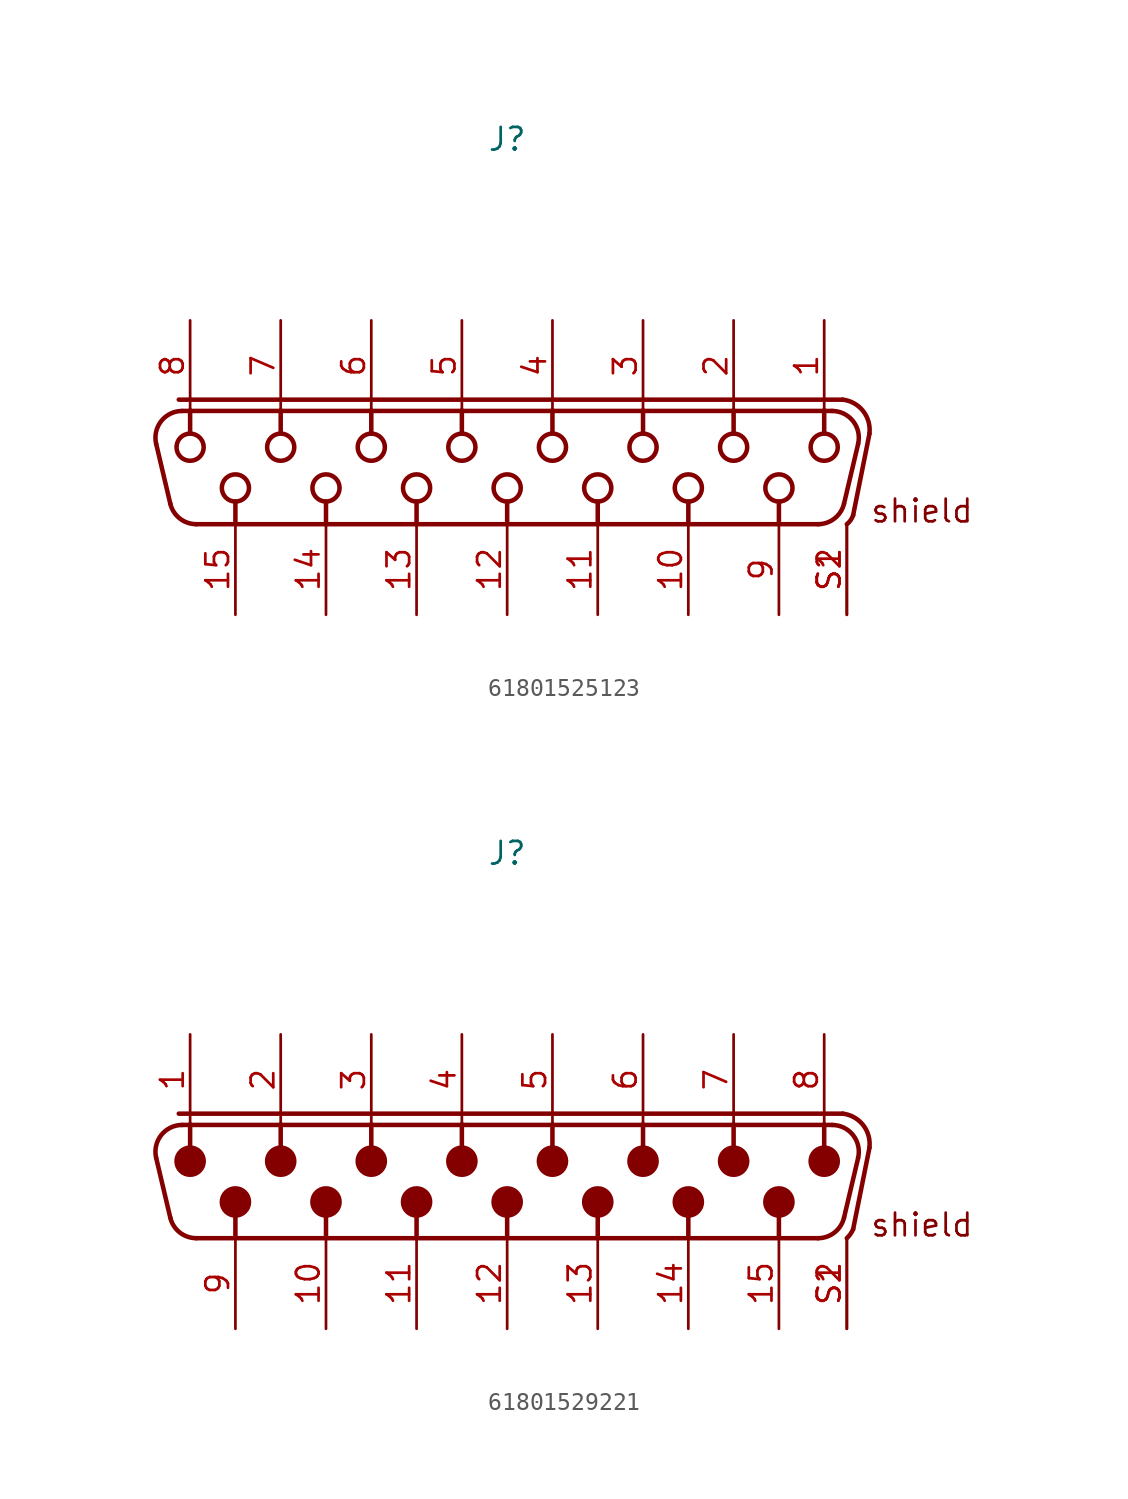
<source format=kicad_sym>
(kicad_symbol_lib
  (version 20241209)
  (generator "kicad_symbol_editor")
  (generator_version "9.0")
  (symbol "61801525123"
    (pin_names
      (hide yes))
    (property "Reference" "J"
      (at 0 17.78 0)
      (effects (font (size 1.27 1.27))))
    (symbol "61801525123_1_0"
      (polyline (pts (xy -18.893 -2.655) (xy -19.684 0.695)) (stroke (width 0.254) (type solid)) (fill (type none)))
      (polyline (pts (xy -18.415 3.175) (xy 18.82 3.175)) (stroke (width 0.254) (type solid)) (fill (type none)))
      (polyline (pts (xy -18.224 2.54) (xy 18.224 2.54)) (stroke (width 0.254) (type solid)) (fill (type none)))
      (arc (start -19.6842 0.695) (mid -19.4007 1.9707) (end -18.2243 2.54) (stroke (width 0.254) (type solid)) (fill (type none)))
      (polyline (pts (xy -17.78 2.58) (xy -17.78 1.3)) (stroke (width 0.254) (type solid)) (fill (type none)))
      (circle (center -17.78 0.508) (radius 0.762) (stroke (width 0.254) (type solid)) (fill (type none)))
      (arc (start -17.433 -3.81) (mid -18.3638 -3.4862) (end -18.8928 -2.6547) (stroke (width 0.254) (type solid)) (fill (type none)))
      (circle (center -15.24 -1.778) (radius 0.762) (stroke (width 0.254) (type solid)) (fill (type none)))
      (polyline (pts (xy -15.24 -2.54) (xy -15.24 -3.82)) (stroke (width 0.254) (type solid)) (fill (type none)))
      (polyline (pts (xy -12.7 2.58) (xy -12.7 1.3)) (stroke (width 0.254) (type solid)) (fill (type none)))
      (circle (center -12.7 0.508) (radius 0.762) (stroke (width 0.254) (type solid)) (fill (type none)))
      (circle (center -10.16 -1.778) (radius 0.762) (stroke (width 0.254) (type solid)) (fill (type none)))
      (polyline (pts (xy -10.16 -2.54) (xy -10.16 -3.82)) (stroke (width 0.254) (type solid)) (fill (type none)))
      (polyline (pts (xy -7.62 2.58) (xy -7.62 1.3)) (stroke (width 0.254) (type solid)) (fill (type none)))
      (circle (center -7.62 0.508) (radius 0.762) (stroke (width 0.254) (type solid)) (fill (type none)))
      (circle (center -5.08 -1.778) (radius 0.762) (stroke (width 0.254) (type solid)) (fill (type none)))
      (polyline (pts (xy -5.08 -2.54) (xy -5.08 -3.82)) (stroke (width 0.254) (type solid)) (fill (type none)))
      (polyline (pts (xy -2.54 2.58) (xy -2.54 1.3)) (stroke (width 0.254) (type solid)) (fill (type none)))
      (circle (center -2.54 0.508) (radius 0.762) (stroke (width 0.254) (type solid)) (fill (type none)))
      (circle (center 0 -1.778) (radius 0.762) (stroke (width 0.254) (type solid)) (fill (type none)))
      (polyline (pts (xy 0 -2.54) (xy 0 -3.82)) (stroke (width 0.254) (type solid)) (fill (type none)))
      (polyline (pts (xy 2.54 2.58) (xy 2.54 1.3)) (stroke (width 0.254) (type solid)) (fill (type none)))
      (circle (center 2.54 0.508) (radius 0.762) (stroke (width 0.254) (type solid)) (fill (type none)))
      (circle (center 5.08 -1.778) (radius 0.762) (stroke (width 0.254) (type solid)) (fill (type none)))
      (polyline (pts (xy 5.08 -2.54) (xy 5.08 -3.82)) (stroke (width 0.254) (type solid)) (fill (type none)))
      (polyline (pts (xy 7.62 2.58) (xy 7.62 1.3)) (stroke (width 0.254) (type solid)) (fill (type none)))
      (circle (center 7.62 0.508) (radius 0.762) (stroke (width 0.254) (type solid)) (fill (type none)))
      (circle (center 10.16 -1.778) (radius 0.762) (stroke (width 0.254) (type solid)) (fill (type none)))
      (polyline (pts (xy 10.16 -2.54) (xy 10.16 -3.82)) (stroke (width 0.254) (type solid)) (fill (type none)))
      (polyline (pts (xy 12.7 2.58) (xy 12.7 1.3)) (stroke (width 0.254) (type solid)) (fill (type none)))
      (circle (center 12.7 0.508) (radius 0.762) (stroke (width 0.254) (type solid)) (fill (type none)))
      (circle (center 15.24 -1.778) (radius 0.762) (stroke (width 0.254) (type solid)) (fill (type none)))
      (polyline (pts (xy 15.24 -2.54) (xy 15.24 -3.82)) (stroke (width 0.254) (type solid)) (fill (type none)))
      (arc (start 18.8928 -2.6548) (mid 18.3637 -3.4863) (end 17.4329 -3.81) (stroke (width 0.254) (type solid)) (fill (type none)))
      (polyline (pts (xy 17.433 -3.81) (xy -17.433 -3.81)) (stroke (width 0.254) (type solid)) (fill (type none)))
      (polyline (pts (xy 17.78 2.58) (xy 17.78 1.3)) (stroke (width 0.254) (type solid)) (fill (type none)))
      (circle (center 17.78 0.508) (radius 0.762) (stroke (width 0.254) (type solid)) (fill (type none)))
      (arc (start 18.2243 2.54) (mid 19.4007 1.9707) (end 19.6842 0.695) (stroke (width 0.254) (type solid)) (fill (type none)))
      (arc (start 19.4039 -3.3037) (mid 19.2648 -3.5833) (end 19.05 -3.81) (stroke (width 0.254) (type solid)) (fill (type none)))
      (arc (start 18.82 3.175) (mid 19.9664 2.5346) (end 20.32 1.27) (stroke (width 0.254) (type solid)) (fill (type none)))
      (polyline (pts (xy 19.404 -3.304) (xy 20.32 1.27)) (stroke (width 0.254) (type solid)) (fill (type none)))
      (polyline (pts (xy 19.684 0.695) (xy 18.893 -2.655)) (stroke (width 0.254) (type solid)) (fill (type none)))
      (pin passive line (at -17.78 7.62 270) (length 5.08) (name "8" (effects (font (size 1.27 1.27)))) (number "8" (effects (font (size 1.27 1.27)))))
      (pin passive line (at -15.24 -8.89 90) (length 5.08) (name "15" (effects (font (size 1.27 1.27)))) (number "15" (effects (font (size 1.27 1.27)))))
      (pin passive line (at -12.7 7.62 270) (length 5.08) (name "7" (effects (font (size 1.27 1.27)))) (number "7" (effects (font (size 1.27 1.27)))))
      (pin passive line (at -10.16 -8.89 90) (length 5.08) (name "14" (effects (font (size 1.27 1.27)))) (number "14" (effects (font (size 1.27 1.27)))))
      (pin passive line (at -7.62 7.62 270) (length 5.08) (name "6" (effects (font (size 1.27 1.27)))) (number "6" (effects (font (size 1.27 1.27)))))
      (pin passive line (at -5.08 -8.89 90) (length 5.08) (name "13" (effects (font (size 1.27 1.27)))) (number "13" (effects (font (size 1.27 1.27)))))
      (pin passive line (at -2.54 7.62 270) (length 5.08) (name "5" (effects (font (size 1.27 1.27)))) (number "5" (effects (font (size 1.27 1.27)))))
      (pin passive line (at 0 -8.89 90) (length 5.08) (name "12" (effects (font (size 1.27 1.27)))) (number "12" (effects (font (size 1.27 1.27)))))
      (pin passive line (at 2.54 7.62 270) (length 5.08) (name "4" (effects (font (size 1.27 1.27)))) (number "4" (effects (font (size 1.27 1.27)))))
      (pin passive line (at 5.08 -8.89 90) (length 5.08) (name "11" (effects (font (size 1.27 1.27)))) (number "11" (effects (font (size 1.27 1.27)))))
      (pin passive line (at 7.62 7.62 270) (length 5.08) (name "3" (effects (font (size 1.27 1.27)))) (number "3" (effects (font (size 1.27 1.27)))))
      (pin passive line (at 10.16 -8.89 90) (length 5.08) (name "10" (effects (font (size 1.27 1.27)))) (number "10" (effects (font (size 1.27 1.27)))))
      (pin passive line (at 12.7 7.62 270) (length 5.08) (name "2" (effects (font (size 1.27 1.27)))) (number "2" (effects (font (size 1.27 1.27)))))
      (pin passive line (at 15.24 -8.89 90) (length 5.08) (name "9" (effects (font (size 1.27 1.27)))) (number "9" (effects (font (size 1.27 1.27)))))
      (pin passive line (at 17.78 7.62 270) (length 5.08) (name "1" (effects (font (size 1.27 1.27)))) (number "1" (effects (font (size 1.27 1.27)))))
      (pin passive line (at 19.05 -8.89 90) (length 5.08) (name "SHIELD" (effects (font (size 1.27 1.27)))) (number "S1" (effects (font (size 1.27 1.27)))))
      (pin passive line (at 19.05 -8.89 90) (length 5.08) (name "SHIELD" (effects (font (size 1.27 1.27)))) (number "S2" (effects (font (size 1.27 1.27))))))
    (symbol "61801525123_1_1"
      (text "shield" (at 20.32 -3.81 0) (effects (font (size 1.27 1.27)) (justify left bottom)))))
  (symbol "61801529221"
    (pin_names
      (hide yes))
    (property "Reference" "J"
      (at 0 17.78 0)
      (effects (font (size 1.27 1.27))))
    (symbol "61801529221_1_0"
      (polyline (pts (xy -18.893 -2.655) (xy -19.684 0.695)) (stroke (width 0.254) (type solid)) (fill (type none)))
      (polyline (pts (xy -18.415 3.175) (xy 18.82 3.175)) (stroke (width 0.254) (type solid)) (fill (type none)))
      (polyline (pts (xy -18.224 2.54) (xy 18.224 2.54)) (stroke (width 0.254) (type solid)) (fill (type none)))
      (arc (start -19.6842 0.695) (mid -19.4007 1.9707) (end -18.2243 2.54) (stroke (width 0.254) (type solid)) (fill (type none)))
      (polyline (pts (xy -17.78 2.58) (xy -17.78 0.4)) (stroke (width 0.254) (type solid)) (fill (type none)))
      (circle (center -17.78 0.508) (radius 0.762) (stroke (width 0.254) (type solid)) (fill (type outline)))
      (arc (start -17.433 -3.81) (mid -18.3638 -3.4862) (end -18.8928 -2.6547) (stroke (width 0.254) (type solid)) (fill (type none)))
      (circle (center -15.24 -1.778) (radius 0.762) (stroke (width 0.254) (type solid)) (fill (type outline)))
      (polyline (pts (xy -15.24 -3.81) (xy -15.24 -1.63)) (stroke (width 0.254) (type solid)) (fill (type none)))
      (polyline (pts (xy -12.7 2.58) (xy -12.7 0.4)) (stroke (width 0.254) (type solid)) (fill (type none)))
      (circle (center -12.7 0.508) (radius 0.762) (stroke (width 0.254) (type solid)) (fill (type outline)))
      (circle (center -10.16 -1.778) (radius 0.762) (stroke (width 0.254) (type solid)) (fill (type outline)))
      (polyline (pts (xy -10.16 -3.81) (xy -10.16 -1.63)) (stroke (width 0.254) (type solid)) (fill (type none)))
      (polyline (pts (xy -7.62 2.58) (xy -7.62 0.4)) (stroke (width 0.254) (type solid)) (fill (type none)))
      (circle (center -7.62 0.508) (radius 0.762) (stroke (width 0.254) (type solid)) (fill (type outline)))
      (circle (center -5.08 -1.778) (radius 0.762) (stroke (width 0.254) (type solid)) (fill (type outline)))
      (polyline (pts (xy -5.08 -3.81) (xy -5.08 -1.63)) (stroke (width 0.254) (type solid)) (fill (type none)))
      (polyline (pts (xy -2.54 2.58) (xy -2.54 0.4)) (stroke (width 0.254) (type solid)) (fill (type none)))
      (circle (center -2.54 0.508) (radius 0.762) (stroke (width 0.254) (type solid)) (fill (type outline)))
      (circle (center 0 -1.778) (radius 0.762) (stroke (width 0.254) (type solid)) (fill (type outline)))
      (polyline (pts (xy 0 -3.81) (xy 0 -1.63)) (stroke (width 0.254) (type solid)) (fill (type none)))
      (polyline (pts (xy 2.54 2.58) (xy 2.54 0.4)) (stroke (width 0.254) (type solid)) (fill (type none)))
      (circle (center 2.54 0.508) (radius 0.762) (stroke (width 0.254) (type solid)) (fill (type outline)))
      (circle (center 5.08 -1.778) (radius 0.762) (stroke (width 0.254) (type solid)) (fill (type outline)))
      (polyline (pts (xy 5.08 -3.81) (xy 5.08 -1.63)) (stroke (width 0.254) (type solid)) (fill (type none)))
      (polyline (pts (xy 7.62 2.58) (xy 7.62 0.4)) (stroke (width 0.254) (type solid)) (fill (type none)))
      (circle (center 7.62 0.508) (radius 0.762) (stroke (width 0.254) (type solid)) (fill (type outline)))
      (circle (center 10.16 -1.778) (radius 0.762) (stroke (width 0.254) (type solid)) (fill (type outline)))
      (polyline (pts (xy 10.16 -3.81) (xy 10.16 -1.63)) (stroke (width 0.254) (type solid)) (fill (type none)))
      (polyline (pts (xy 12.7 2.58) (xy 12.7 0.4)) (stroke (width 0.254) (type solid)) (fill (type none)))
      (circle (center 12.7 0.508) (radius 0.762) (stroke (width 0.254) (type solid)) (fill (type outline)))
      (circle (center 15.24 -1.778) (radius 0.762) (stroke (width 0.254) (type solid)) (fill (type outline)))
      (polyline (pts (xy 15.24 -3.81) (xy 15.24 -1.63)) (stroke (width 0.254) (type solid)) (fill (type none)))
      (arc (start 18.8928 -2.6548) (mid 18.3637 -3.4863) (end 17.4329 -3.81) (stroke (width 0.254) (type solid)) (fill (type none)))
      (polyline (pts (xy 17.433 -3.81) (xy -17.433 -3.81)) (stroke (width 0.254) (type solid)) (fill (type none)))
      (polyline (pts (xy 17.78 2.58) (xy 17.78 0.4)) (stroke (width 0.254) (type solid)) (fill (type none)))
      (circle (center 17.78 0.508) (radius 0.762) (stroke (width 0.254) (type solid)) (fill (type outline)))
      (arc (start 19.4039 -3.3037) (mid 19.2536 -3.5754) (end 19.05 -3.81) (stroke (width 0.254) (type solid)) (fill (type none)))
      (arc (start 18.2243 2.54) (mid 19.4007 1.9707) (end 19.6842 0.695) (stroke (width 0.254) (type solid)) (fill (type none)))
      (arc (start 18.82 3.175) (mid 19.9664 2.5346) (end 20.32 1.27) (stroke (width 0.254) (type solid)) (fill (type none)))
      (polyline (pts (xy 19.404 -3.304) (xy 20.32 1.27)) (stroke (width 0.254) (type solid)) (fill (type none)))
      (polyline (pts (xy 19.684 0.695) (xy 18.893 -2.655)) (stroke (width 0.254) (type solid)) (fill (type none)))
      (pin passive line (at -17.78 7.62 270) (length 5.08) (name "1" (effects (font (size 1.27 1.27)))) (number "1" (effects (font (size 1.27 1.27)))))
      (pin passive line (at -15.24 -8.89 90) (length 5.08) (name "9" (effects (font (size 1.27 1.27)))) (number "9" (effects (font (size 1.27 1.27)))))
      (pin passive line (at -12.7 7.62 270) (length 5.08) (name "2" (effects (font (size 1.27 1.27)))) (number "2" (effects (font (size 1.27 1.27)))))
      (pin passive line (at -10.16 -8.89 90) (length 5.08) (name "10" (effects (font (size 1.27 1.27)))) (number "10" (effects (font (size 1.27 1.27)))))
      (pin passive line (at -7.62 7.62 270) (length 5.08) (name "3" (effects (font (size 1.27 1.27)))) (number "3" (effects (font (size 1.27 1.27)))))
      (pin passive line (at -5.08 -8.89 90) (length 5.08) (name "11" (effects (font (size 1.27 1.27)))) (number "11" (effects (font (size 1.27 1.27)))))
      (pin passive line (at -2.54 7.62 270) (length 5.08) (name "4" (effects (font (size 1.27 1.27)))) (number "4" (effects (font (size 1.27 1.27)))))
      (pin passive line (at 0 -8.89 90) (length 5.08) (name "12" (effects (font (size 1.27 1.27)))) (number "12" (effects (font (size 1.27 1.27)))))
      (pin passive line (at 2.54 7.62 270) (length 5.08) (name "5" (effects (font (size 1.27 1.27)))) (number "5" (effects (font (size 1.27 1.27)))))
      (pin passive line (at 5.08 -8.89 90) (length 5.08) (name "13" (effects (font (size 1.27 1.27)))) (number "13" (effects (font (size 1.27 1.27)))))
      (pin passive line (at 7.62 7.62 270) (length 5.08) (name "6" (effects (font (size 1.27 1.27)))) (number "6" (effects (font (size 1.27 1.27)))))
      (pin passive line (at 10.16 -8.89 90) (length 5.08) (name "14" (effects (font (size 1.27 1.27)))) (number "14" (effects (font (size 1.27 1.27)))))
      (pin passive line (at 12.7 7.62 270) (length 5.08) (name "7" (effects (font (size 1.27 1.27)))) (number "7" (effects (font (size 1.27 1.27)))))
      (pin passive line (at 15.24 -8.89 90) (length 5.08) (name "15" (effects (font (size 1.27 1.27)))) (number "15" (effects (font (size 1.27 1.27)))))
      (pin passive line (at 17.78 7.62 270) (length 5.08) (name "8" (effects (font (size 1.27 1.27)))) (number "8" (effects (font (size 1.27 1.27)))))
      (pin passive line (at 19.05 -8.89 90) (length 5.08) (name "SHIELD" (effects (font (size 1.27 1.27)))) (number "S1" (effects (font (size 1.27 1.27)))))
      (pin passive line (at 19.05 -8.89 90) (length 5.08) (name "SHIELD" (effects (font (size 1.27 1.27)))) (number "S2" (effects (font (size 1.27 1.27))))))
    (symbol "61801529221_1_1"
      (text "shield" (at 20.32 -3.81 0) (effects (font (size 1.27 1.27)) (justify left bottom))))))
</source>
